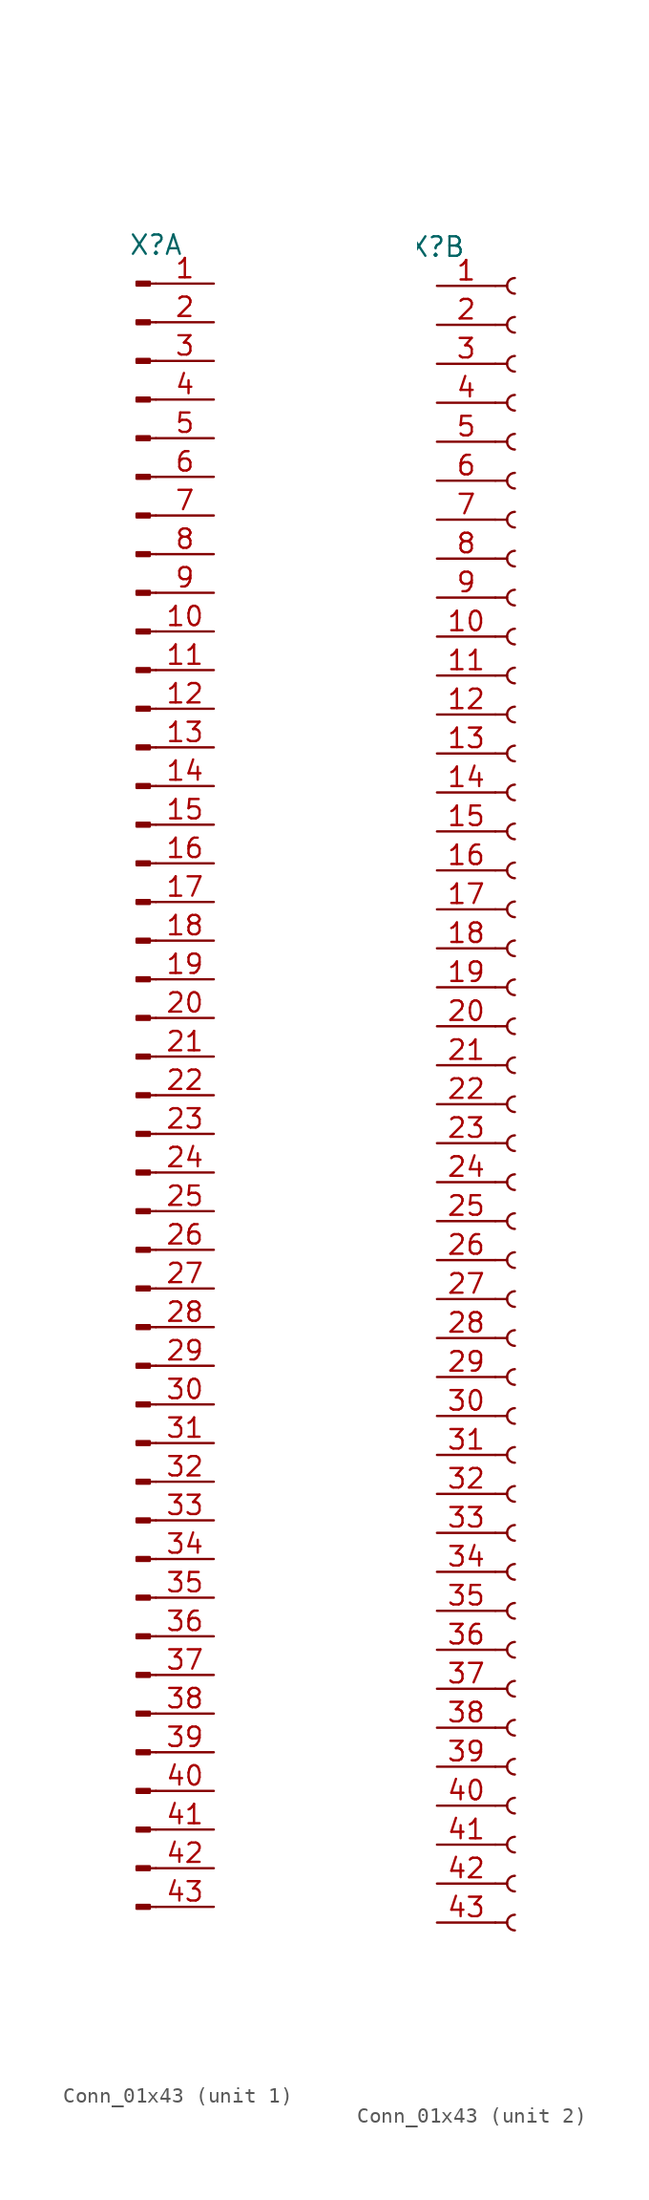
<source format=kicad_sym>
(kicad_symbol_lib
  (version 20241209)
  (generator "kicad_symbol_editor")
  (generator_version "9.0")
  (symbol "Conn_01x43"
    (pin_names
      (offset 1.016)
      (hide yes))
    (property "Reference" "X"
      (at 0 55.88 0)
      (effects (font (size 1.27 1.27))))
    (property "ki_locked" ""
      (at 0 0 0)
      (effects (font (size 1.27 1.27))))
    (symbol "Conn_01x43_1_1"
      (rectangle (start -0.406 53.467) (end -1.27 53.213) (stroke (width 0.152) (type default)) (fill (type outline)))
      (rectangle (start -0.406 50.927) (end -1.27 50.673) (stroke (width 0.152) (type default)) (fill (type outline)))
      (rectangle (start -0.406 48.387) (end -1.27 48.133) (stroke (width 0.152) (type default)) (fill (type outline)))
      (rectangle (start -0.406 45.847) (end -1.27 45.593) (stroke (width 0.152) (type default)) (fill (type outline)))
      (rectangle (start -0.406 43.307) (end -1.27 43.053) (stroke (width 0.152) (type default)) (fill (type outline)))
      (rectangle (start -0.406 40.767) (end -1.27 40.513) (stroke (width 0.152) (type default)) (fill (type outline)))
      (rectangle (start -0.406 38.227) (end -1.27 37.973) (stroke (width 0.152) (type default)) (fill (type outline)))
      (rectangle (start -0.406 35.687) (end -1.27 35.433) (stroke (width 0.152) (type default)) (fill (type outline)))
      (rectangle (start -0.406 33.147) (end -1.27 32.893) (stroke (width 0.152) (type default)) (fill (type outline)))
      (rectangle (start -0.406 30.607) (end -1.27 30.353) (stroke (width 0.152) (type default)) (fill (type outline)))
      (rectangle (start -0.406 28.067) (end -1.27 27.813) (stroke (width 0.152) (type default)) (fill (type outline)))
      (rectangle (start -0.406 25.527) (end -1.27 25.273) (stroke (width 0.152) (type default)) (fill (type outline)))
      (rectangle (start -0.406 22.987) (end -1.27 22.733) (stroke (width 0.152) (type default)) (fill (type outline)))
      (rectangle (start -0.406 20.447) (end -1.27 20.193) (stroke (width 0.152) (type default)) (fill (type outline)))
      (rectangle (start -0.406 17.907) (end -1.27 17.653) (stroke (width 0.152) (type default)) (fill (type outline)))
      (rectangle (start -0.406 15.367) (end -1.27 15.113) (stroke (width 0.152) (type default)) (fill (type outline)))
      (rectangle (start -0.406 12.827) (end -1.27 12.573) (stroke (width 0.152) (type default)) (fill (type outline)))
      (rectangle (start -0.406 10.287) (end -1.27 10.033) (stroke (width 0.152) (type default)) (fill (type outline)))
      (rectangle (start -0.406 7.747) (end -1.27 7.493) (stroke (width 0.152) (type default)) (fill (type outline)))
      (rectangle (start -0.406 5.207) (end -1.27 4.953) (stroke (width 0.152) (type default)) (fill (type outline)))
      (rectangle (start -0.406 2.667) (end -1.27 2.413) (stroke (width 0.152) (type default)) (fill (type outline)))
      (rectangle (start -0.406 0.127) (end -1.27 -0.127) (stroke (width 0.152) (type default)) (fill (type outline)))
      (rectangle (start -0.406 -2.413) (end -1.27 -2.667) (stroke (width 0.152) (type default)) (fill (type outline)))
      (rectangle (start -0.406 -4.953) (end -1.27 -5.207) (stroke (width 0.152) (type default)) (fill (type outline)))
      (rectangle (start -0.406 -7.493) (end -1.27 -7.747) (stroke (width 0.152) (type default)) (fill (type outline)))
      (rectangle (start -0.406 -10.033) (end -1.27 -10.287) (stroke (width 0.152) (type default)) (fill (type outline)))
      (rectangle (start -0.406 -12.573) (end -1.27 -12.827) (stroke (width 0.152) (type default)) (fill (type outline)))
      (rectangle (start -0.406 -15.113) (end -1.27 -15.367) (stroke (width 0.152) (type default)) (fill (type outline)))
      (rectangle (start -0.406 -17.653) (end -1.27 -17.907) (stroke (width 0.152) (type default)) (fill (type outline)))
      (rectangle (start -0.406 -20.193) (end -1.27 -20.447) (stroke (width 0.152) (type default)) (fill (type outline)))
      (rectangle (start -0.406 -22.733) (end -1.27 -22.987) (stroke (width 0.152) (type default)) (fill (type outline)))
      (rectangle (start -0.406 -25.273) (end -1.27 -25.527) (stroke (width 0.152) (type default)) (fill (type outline)))
      (rectangle (start -0.406 -27.813) (end -1.27 -28.067) (stroke (width 0.152) (type default)) (fill (type outline)))
      (rectangle (start -0.406 -30.353) (end -1.27 -30.607) (stroke (width 0.152) (type default)) (fill (type outline)))
      (rectangle (start -0.406 -32.893) (end -1.27 -33.147) (stroke (width 0.152) (type default)) (fill (type outline)))
      (rectangle (start -0.406 -35.433) (end -1.27 -35.687) (stroke (width 0.152) (type default)) (fill (type outline)))
      (rectangle (start -0.406 -37.973) (end -1.27 -38.227) (stroke (width 0.152) (type default)) (fill (type outline)))
      (rectangle (start -0.406 -40.513) (end -1.27 -40.767) (stroke (width 0.152) (type default)) (fill (type outline)))
      (rectangle (start -0.406 -43.053) (end -1.27 -43.307) (stroke (width 0.152) (type default)) (fill (type outline)))
      (rectangle (start -0.406 -45.593) (end -1.27 -45.847) (stroke (width 0.152) (type default)) (fill (type outline)))
      (rectangle (start -0.406 -48.133) (end -1.27 -48.387) (stroke (width 0.152) (type default)) (fill (type outline)))
      (rectangle (start -0.406 -50.673) (end -1.27 -50.927) (stroke (width 0.152) (type default)) (fill (type outline)))
      (rectangle (start -0.406 -53.213) (end -1.27 -53.467) (stroke (width 0.152) (type default)) (fill (type outline)))
      (polyline (pts (xy 0 53.34) (xy -0.406 53.34)) (stroke (width 0.152) (type default)) (fill (type none)))
      (polyline (pts (xy 0 50.8) (xy -0.406 50.8)) (stroke (width 0.152) (type default)) (fill (type none)))
      (polyline (pts (xy 0 48.26) (xy -0.406 48.26)) (stroke (width 0.152) (type default)) (fill (type none)))
      (polyline (pts (xy 0 45.72) (xy -0.406 45.72)) (stroke (width 0.152) (type default)) (fill (type none)))
      (polyline (pts (xy 0 43.18) (xy -0.406 43.18)) (stroke (width 0.152) (type default)) (fill (type none)))
      (polyline (pts (xy 0 40.64) (xy -0.406 40.64)) (stroke (width 0.152) (type default)) (fill (type none)))
      (polyline (pts (xy 0 38.1) (xy -0.406 38.1)) (stroke (width 0.152) (type default)) (fill (type none)))
      (polyline (pts (xy 0 35.56) (xy -0.406 35.56)) (stroke (width 0.152) (type default)) (fill (type none)))
      (polyline (pts (xy 0 33.02) (xy -0.406 33.02)) (stroke (width 0.152) (type default)) (fill (type none)))
      (polyline (pts (xy 0 30.48) (xy -0.406 30.48)) (stroke (width 0.152) (type default)) (fill (type none)))
      (polyline (pts (xy 0 27.94) (xy -0.406 27.94)) (stroke (width 0.152) (type default)) (fill (type none)))
      (polyline (pts (xy 0 25.4) (xy -0.406 25.4)) (stroke (width 0.152) (type default)) (fill (type none)))
      (polyline (pts (xy 0 22.86) (xy -0.406 22.86)) (stroke (width 0.152) (type default)) (fill (type none)))
      (polyline (pts (xy 0 20.32) (xy -0.406 20.32)) (stroke (width 0.152) (type default)) (fill (type none)))
      (polyline (pts (xy 0 17.78) (xy -0.406 17.78)) (stroke (width 0.152) (type default)) (fill (type none)))
      (polyline (pts (xy 0 15.24) (xy -0.406 15.24)) (stroke (width 0.152) (type default)) (fill (type none)))
      (polyline (pts (xy 0 12.7) (xy -0.406 12.7)) (stroke (width 0.152) (type default)) (fill (type none)))
      (polyline (pts (xy 0 10.16) (xy -0.406 10.16)) (stroke (width 0.152) (type default)) (fill (type none)))
      (polyline (pts (xy 0 7.62) (xy -0.406 7.62)) (stroke (width 0.152) (type default)) (fill (type none)))
      (polyline (pts (xy 0 5.08) (xy -0.406 5.08)) (stroke (width 0.152) (type default)) (fill (type none)))
      (polyline (pts (xy 0 2.54) (xy -0.406 2.54)) (stroke (width 0.152) (type default)) (fill (type none)))
      (polyline (pts (xy 0 0) (xy -0.406 0)) (stroke (width 0.152) (type default)) (fill (type none)))
      (polyline (pts (xy 0 -2.54) (xy -0.406 -2.54)) (stroke (width 0.152) (type default)) (fill (type none)))
      (polyline (pts (xy 0 -5.08) (xy -0.406 -5.08)) (stroke (width 0.152) (type default)) (fill (type none)))
      (polyline (pts (xy 0 -7.62) (xy -0.406 -7.62)) (stroke (width 0.152) (type default)) (fill (type none)))
      (polyline (pts (xy 0 -10.16) (xy -0.406 -10.16)) (stroke (width 0.152) (type default)) (fill (type none)))
      (polyline (pts (xy 0 -12.7) (xy -0.406 -12.7)) (stroke (width 0.152) (type default)) (fill (type none)))
      (polyline (pts (xy 0 -15.24) (xy -0.406 -15.24)) (stroke (width 0.152) (type default)) (fill (type none)))
      (polyline (pts (xy 0 -17.78) (xy -0.406 -17.78)) (stroke (width 0.152) (type default)) (fill (type none)))
      (polyline (pts (xy 0 -20.32) (xy -0.406 -20.32)) (stroke (width 0.152) (type default)) (fill (type none)))
      (polyline (pts (xy 0 -22.86) (xy -0.406 -22.86)) (stroke (width 0.152) (type default)) (fill (type none)))
      (polyline (pts (xy 0 -25.4) (xy -0.406 -25.4)) (stroke (width 0.152) (type default)) (fill (type none)))
      (polyline (pts (xy 0 -27.94) (xy -0.406 -27.94)) (stroke (width 0.152) (type default)) (fill (type none)))
      (polyline (pts (xy 0 -30.48) (xy -0.406 -30.48)) (stroke (width 0.152) (type default)) (fill (type none)))
      (polyline (pts (xy 0 -33.02) (xy -0.406 -33.02)) (stroke (width 0.152) (type default)) (fill (type none)))
      (polyline (pts (xy 0 -35.56) (xy -0.406 -35.56)) (stroke (width 0.152) (type default)) (fill (type none)))
      (polyline (pts (xy 0 -38.1) (xy -0.406 -38.1)) (stroke (width 0.152) (type default)) (fill (type none)))
      (polyline (pts (xy 0 -40.64) (xy -0.406 -40.64)) (stroke (width 0.152) (type default)) (fill (type none)))
      (polyline (pts (xy 0 -43.18) (xy -0.406 -43.18)) (stroke (width 0.152) (type default)) (fill (type none)))
      (polyline (pts (xy 0 -45.72) (xy -0.406 -45.72)) (stroke (width 0.152) (type default)) (fill (type none)))
      (polyline (pts (xy 0 -48.26) (xy -0.406 -48.26)) (stroke (width 0.152) (type default)) (fill (type none)))
      (polyline (pts (xy 0 -50.8) (xy -0.406 -50.8)) (stroke (width 0.152) (type default)) (fill (type none)))
      (polyline (pts (xy 0 -53.34) (xy -0.406 -53.34)) (stroke (width 0.152) (type default)) (fill (type none)))
      (pin passive line (at 3.81 53.34 180) (length 3.81) (name "Pin_1" (effects (font (size 1.27 1.27)))) (number "1" (effects (font (size 1.27 1.27)))))
      (pin passive line (at 3.81 50.8 180) (length 3.81) (name "Pin_2" (effects (font (size 1.27 1.27)))) (number "2" (effects (font (size 1.27 1.27)))))
      (pin passive line (at 3.81 48.26 180) (length 3.81) (name "Pin_3" (effects (font (size 1.27 1.27)))) (number "3" (effects (font (size 1.27 1.27)))))
      (pin passive line (at 3.81 45.72 180) (length 3.81) (name "Pin_4" (effects (font (size 1.27 1.27)))) (number "4" (effects (font (size 1.27 1.27)))))
      (pin passive line (at 3.81 43.18 180) (length 3.81) (name "Pin_5" (effects (font (size 1.27 1.27)))) (number "5" (effects (font (size 1.27 1.27)))))
      (pin passive line (at 3.81 40.64 180) (length 3.81) (name "Pin_6" (effects (font (size 1.27 1.27)))) (number "6" (effects (font (size 1.27 1.27)))))
      (pin passive line (at 3.81 38.1 180) (length 3.81) (name "Pin_7" (effects (font (size 1.27 1.27)))) (number "7" (effects (font (size 1.27 1.27)))))
      (pin passive line (at 3.81 35.56 180) (length 3.81) (name "Pin_8" (effects (font (size 1.27 1.27)))) (number "8" (effects (font (size 1.27 1.27)))))
      (pin passive line (at 3.81 33.02 180) (length 3.81) (name "Pin_9" (effects (font (size 1.27 1.27)))) (number "9" (effects (font (size 1.27 1.27)))))
      (pin passive line (at 3.81 30.48 180) (length 3.81) (name "Pin_10" (effects (font (size 1.27 1.27)))) (number "10" (effects (font (size 1.27 1.27)))))
      (pin passive line (at 3.81 27.94 180) (length 3.81) (name "Pin_11" (effects (font (size 1.27 1.27)))) (number "11" (effects (font (size 1.27 1.27)))))
      (pin passive line (at 3.81 25.4 180) (length 3.81) (name "Pin_12" (effects (font (size 1.27 1.27)))) (number "12" (effects (font (size 1.27 1.27)))))
      (pin passive line (at 3.81 22.86 180) (length 3.81) (name "Pin_13" (effects (font (size 1.27 1.27)))) (number "13" (effects (font (size 1.27 1.27)))))
      (pin passive line (at 3.81 20.32 180) (length 3.81) (name "Pin_14" (effects (font (size 1.27 1.27)))) (number "14" (effects (font (size 1.27 1.27)))))
      (pin passive line (at 3.81 17.78 180) (length 3.81) (name "Pin_15" (effects (font (size 1.27 1.27)))) (number "15" (effects (font (size 1.27 1.27)))))
      (pin passive line (at 3.81 15.24 180) (length 3.81) (name "Pin_16" (effects (font (size 1.27 1.27)))) (number "16" (effects (font (size 1.27 1.27)))))
      (pin passive line (at 3.81 12.7 180) (length 3.81) (name "Pin_17" (effects (font (size 1.27 1.27)))) (number "17" (effects (font (size 1.27 1.27)))))
      (pin passive line (at 3.81 10.16 180) (length 3.81) (name "Pin_18" (effects (font (size 1.27 1.27)))) (number "18" (effects (font (size 1.27 1.27)))))
      (pin passive line (at 3.81 7.62 180) (length 3.81) (name "Pin_19" (effects (font (size 1.27 1.27)))) (number "19" (effects (font (size 1.27 1.27)))))
      (pin passive line (at 3.81 5.08 180) (length 3.81) (name "Pin_20" (effects (font (size 1.27 1.27)))) (number "20" (effects (font (size 1.27 1.27)))))
      (pin passive line (at 3.81 2.54 180) (length 3.81) (name "Pin_21" (effects (font (size 1.27 1.27)))) (number "21" (effects (font (size 1.27 1.27)))))
      (pin passive line (at 3.81 0 180) (length 3.81) (name "Pin_22" (effects (font (size 1.27 1.27)))) (number "22" (effects (font (size 1.27 1.27)))))
      (pin passive line (at 3.81 -2.54 180) (length 3.81) (name "Pin_23" (effects (font (size 1.27 1.27)))) (number "23" (effects (font (size 1.27 1.27)))))
      (pin passive line (at 3.81 -5.08 180) (length 3.81) (name "Pin_24" (effects (font (size 1.27 1.27)))) (number "24" (effects (font (size 1.27 1.27)))))
      (pin passive line (at 3.81 -7.62 180) (length 3.81) (name "Pin_25" (effects (font (size 1.27 1.27)))) (number "25" (effects (font (size 1.27 1.27)))))
      (pin passive line (at 3.81 -10.16 180) (length 3.81) (name "Pin_26" (effects (font (size 1.27 1.27)))) (number "26" (effects (font (size 1.27 1.27)))))
      (pin passive line (at 3.81 -12.7 180) (length 3.81) (name "Pin_27" (effects (font (size 1.27 1.27)))) (number "27" (effects (font (size 1.27 1.27)))))
      (pin passive line (at 3.81 -15.24 180) (length 3.81) (name "Pin_28" (effects (font (size 1.27 1.27)))) (number "28" (effects (font (size 1.27 1.27)))))
      (pin passive line (at 3.81 -17.78 180) (length 3.81) (name "Pin_29" (effects (font (size 1.27 1.27)))) (number "29" (effects (font (size 1.27 1.27)))))
      (pin passive line (at 3.81 -20.32 180) (length 3.81) (name "Pin_30" (effects (font (size 1.27 1.27)))) (number "30" (effects (font (size 1.27 1.27)))))
      (pin passive line (at 3.81 -22.86 180) (length 3.81) (name "Pin_31" (effects (font (size 1.27 1.27)))) (number "31" (effects (font (size 1.27 1.27)))))
      (pin passive line (at 3.81 -25.4 180) (length 3.81) (name "Pin_32" (effects (font (size 1.27 1.27)))) (number "32" (effects (font (size 1.27 1.27)))))
      (pin passive line (at 3.81 -27.94 180) (length 3.81) (name "Pin_33" (effects (font (size 1.27 1.27)))) (number "33" (effects (font (size 1.27 1.27)))))
      (pin passive line (at 3.81 -30.48 180) (length 3.81) (name "Pin_34" (effects (font (size 1.27 1.27)))) (number "34" (effects (font (size 1.27 1.27)))))
      (pin passive line (at 3.81 -33.02 180) (length 3.81) (name "Pin_35" (effects (font (size 1.27 1.27)))) (number "35" (effects (font (size 1.27 1.27)))))
      (pin passive line (at 3.81 -35.56 180) (length 3.81) (name "Pin_36" (effects (font (size 1.27 1.27)))) (number "36" (effects (font (size 1.27 1.27)))))
      (pin passive line (at 3.81 -38.1 180) (length 3.81) (name "Pin_37" (effects (font (size 1.27 1.27)))) (number "37" (effects (font (size 1.27 1.27)))))
      (pin passive line (at 3.81 -40.64 180) (length 3.81) (name "Pin_38" (effects (font (size 1.27 1.27)))) (number "38" (effects (font (size 1.27 1.27)))))
      (pin passive line (at 3.81 -43.18 180) (length 3.81) (name "Pin_39" (effects (font (size 1.27 1.27)))) (number "39" (effects (font (size 1.27 1.27)))))
      (pin passive line (at 3.81 -45.72 180) (length 3.81) (name "Pin_40" (effects (font (size 1.27 1.27)))) (number "40" (effects (font (size 1.27 1.27)))))
      (pin passive line (at 3.81 -48.26 180) (length 3.81) (name "Pin_41" (effects (font (size 1.27 1.27)))) (number "41" (effects (font (size 1.27 1.27)))))
      (pin passive line (at 3.81 -50.8 180) (length 3.81) (name "Pin_42" (effects (font (size 1.27 1.27)))) (number "42" (effects (font (size 1.27 1.27)))))
      (pin passive line (at 3.81 -53.34 180) (length 3.81) (name "Pin_43" (effects (font (size 1.27 1.27)))) (number "43" (effects (font (size 1.27 1.27))))))
    (symbol "Conn_01x43_2_1"
      (polyline (pts (xy 3.81 53.34) (xy 4.572 53.34)) (stroke (width 0.152) (type default)) (fill (type none)))
      (polyline (pts (xy 3.81 50.8) (xy 4.572 50.8)) (stroke (width 0.152) (type default)) (fill (type none)))
      (polyline (pts (xy 3.81 48.26) (xy 4.572 48.26)) (stroke (width 0.152) (type default)) (fill (type none)))
      (polyline (pts (xy 3.81 45.72) (xy 4.572 45.72)) (stroke (width 0.152) (type default)) (fill (type none)))
      (polyline (pts (xy 3.81 43.18) (xy 4.572 43.18)) (stroke (width 0.152) (type default)) (fill (type none)))
      (polyline (pts (xy 3.81 40.64) (xy 4.572 40.64)) (stroke (width 0.152) (type default)) (fill (type none)))
      (polyline (pts (xy 3.81 38.1) (xy 4.572 38.1)) (stroke (width 0.152) (type default)) (fill (type none)))
      (polyline (pts (xy 3.81 35.56) (xy 4.572 35.56)) (stroke (width 0.152) (type default)) (fill (type none)))
      (polyline (pts (xy 3.81 33.02) (xy 4.572 33.02)) (stroke (width 0.152) (type default)) (fill (type none)))
      (polyline (pts (xy 3.81 30.48) (xy 4.572 30.48)) (stroke (width 0.152) (type default)) (fill (type none)))
      (polyline (pts (xy 3.81 27.94) (xy 4.572 27.94)) (stroke (width 0.152) (type default)) (fill (type none)))
      (polyline (pts (xy 3.81 25.4) (xy 4.572 25.4)) (stroke (width 0.152) (type default)) (fill (type none)))
      (polyline (pts (xy 3.81 22.86) (xy 4.572 22.86)) (stroke (width 0.152) (type default)) (fill (type none)))
      (polyline (pts (xy 3.81 20.32) (xy 4.572 20.32)) (stroke (width 0.152) (type default)) (fill (type none)))
      (polyline (pts (xy 3.81 17.78) (xy 4.572 17.78)) (stroke (width 0.152) (type default)) (fill (type none)))
      (polyline (pts (xy 3.81 15.24) (xy 4.572 15.24)) (stroke (width 0.152) (type default)) (fill (type none)))
      (polyline (pts (xy 3.81 12.7) (xy 4.572 12.7)) (stroke (width 0.152) (type default)) (fill (type none)))
      (polyline (pts (xy 3.81 10.16) (xy 4.572 10.16)) (stroke (width 0.152) (type default)) (fill (type none)))
      (polyline (pts (xy 3.81 7.62) (xy 4.572 7.62)) (stroke (width 0.152) (type default)) (fill (type none)))
      (polyline (pts (xy 3.81 5.08) (xy 4.572 5.08)) (stroke (width 0.152) (type default)) (fill (type none)))
      (polyline (pts (xy 3.81 2.54) (xy 4.572 2.54)) (stroke (width 0.152) (type default)) (fill (type none)))
      (polyline (pts (xy 3.81 0) (xy 4.572 0)) (stroke (width 0.152) (type default)) (fill (type none)))
      (polyline (pts (xy 3.81 -2.54) (xy 4.572 -2.54)) (stroke (width 0.152) (type default)) (fill (type none)))
      (polyline (pts (xy 3.81 -5.08) (xy 4.572 -5.08)) (stroke (width 0.152) (type default)) (fill (type none)))
      (polyline (pts (xy 3.81 -7.62) (xy 4.572 -7.62)) (stroke (width 0.152) (type default)) (fill (type none)))
      (polyline (pts (xy 3.81 -10.16) (xy 4.572 -10.16)) (stroke (width 0.152) (type default)) (fill (type none)))
      (polyline (pts (xy 3.81 -12.7) (xy 4.572 -12.7)) (stroke (width 0.152) (type default)) (fill (type none)))
      (polyline (pts (xy 3.81 -15.24) (xy 4.572 -15.24)) (stroke (width 0.152) (type default)) (fill (type none)))
      (polyline (pts (xy 3.81 -17.78) (xy 4.572 -17.78)) (stroke (width 0.152) (type default)) (fill (type none)))
      (polyline (pts (xy 3.81 -20.32) (xy 4.572 -20.32)) (stroke (width 0.152) (type default)) (fill (type none)))
      (polyline (pts (xy 3.81 -22.86) (xy 4.572 -22.86)) (stroke (width 0.152) (type default)) (fill (type none)))
      (polyline (pts (xy 3.81 -25.4) (xy 4.572 -25.4)) (stroke (width 0.152) (type default)) (fill (type none)))
      (polyline (pts (xy 3.81 -27.94) (xy 4.572 -27.94)) (stroke (width 0.152) (type default)) (fill (type none)))
      (polyline (pts (xy 3.81 -30.48) (xy 4.572 -30.48)) (stroke (width 0.152) (type default)) (fill (type none)))
      (polyline (pts (xy 3.81 -33.02) (xy 4.572 -33.02)) (stroke (width 0.152) (type default)) (fill (type none)))
      (polyline (pts (xy 3.81 -35.56) (xy 4.572 -35.56)) (stroke (width 0.152) (type default)) (fill (type none)))
      (polyline (pts (xy 3.81 -38.1) (xy 4.572 -38.1)) (stroke (width 0.152) (type default)) (fill (type none)))
      (polyline (pts (xy 3.81 -40.64) (xy 4.572 -40.64)) (stroke (width 0.152) (type default)) (fill (type none)))
      (polyline (pts (xy 3.81 -43.18) (xy 4.572 -43.18)) (stroke (width 0.152) (type default)) (fill (type none)))
      (polyline (pts (xy 3.81 -45.72) (xy 4.572 -45.72)) (stroke (width 0.152) (type default)) (fill (type none)))
      (polyline (pts (xy 3.81 -48.26) (xy 4.572 -48.26)) (stroke (width 0.152) (type default)) (fill (type none)))
      (polyline (pts (xy 3.81 -50.8) (xy 4.572 -50.8)) (stroke (width 0.152) (type default)) (fill (type none)))
      (polyline (pts (xy 3.81 -53.34) (xy 4.572 -53.34)) (stroke (width 0.152) (type default)) (fill (type none)))
      (arc (start 5.08 52.832) (mid 4.5742 53.34) (end 5.08 53.848) (stroke (width 0.1524) (type default)) (fill (type none)))
      (arc (start 5.08 50.292) (mid 4.5742 50.8) (end 5.08 51.308) (stroke (width 0.1524) (type default)) (fill (type none)))
      (arc (start 5.08 47.752) (mid 4.5742 48.26) (end 5.08 48.768) (stroke (width 0.1524) (type default)) (fill (type none)))
      (arc (start 5.08 45.212) (mid 4.5742 45.72) (end 5.08 46.228) (stroke (width 0.1524) (type default)) (fill (type none)))
      (arc (start 5.08 42.672) (mid 4.5742 43.18) (end 5.08 43.688) (stroke (width 0.1524) (type default)) (fill (type none)))
      (arc (start 5.08 40.132) (mid 4.5742 40.64) (end 5.08 41.148) (stroke (width 0.1524) (type default)) (fill (type none)))
      (arc (start 5.08 37.592) (mid 4.5742 38.1) (end 5.08 38.608) (stroke (width 0.1524) (type default)) (fill (type none)))
      (arc (start 5.08 35.052) (mid 4.5742 35.56) (end 5.08 36.068) (stroke (width 0.1524) (type default)) (fill (type none)))
      (arc (start 5.08 32.512) (mid 4.5742 33.02) (end 5.08 33.528) (stroke (width 0.1524) (type default)) (fill (type none)))
      (arc (start 5.08 29.972) (mid 4.5742 30.48) (end 5.08 30.988) (stroke (width 0.1524) (type default)) (fill (type none)))
      (arc (start 5.08 27.432) (mid 4.5742 27.94) (end 5.08 28.448) (stroke (width 0.1524) (type default)) (fill (type none)))
      (arc (start 5.08 24.892) (mid 4.5742 25.4) (end 5.08 25.908) (stroke (width 0.1524) (type default)) (fill (type none)))
      (arc (start 5.08 22.352) (mid 4.5742 22.86) (end 5.08 23.368) (stroke (width 0.1524) (type default)) (fill (type none)))
      (arc (start 5.08 19.812) (mid 4.5742 20.32) (end 5.08 20.828) (stroke (width 0.1524) (type default)) (fill (type none)))
      (arc (start 5.08 17.272) (mid 4.5742 17.78) (end 5.08 18.288) (stroke (width 0.1524) (type default)) (fill (type none)))
      (arc (start 5.08 14.732) (mid 4.5742 15.24) (end 5.08 15.748) (stroke (width 0.1524) (type default)) (fill (type none)))
      (arc (start 5.08 12.192) (mid 4.5742 12.7) (end 5.08 13.208) (stroke (width 0.1524) (type default)) (fill (type none)))
      (arc (start 5.08 9.652) (mid 4.5742 10.16) (end 5.08 10.668) (stroke (width 0.1524) (type default)) (fill (type none)))
      (arc (start 5.08 7.112) (mid 4.5742 7.62) (end 5.08 8.128) (stroke (width 0.1524) (type default)) (fill (type none)))
      (arc (start 5.08 4.572) (mid 4.5742 5.08) (end 5.08 5.588) (stroke (width 0.1524) (type default)) (fill (type none)))
      (arc (start 5.08 2.032) (mid 4.5742 2.54) (end 5.08 3.048) (stroke (width 0.1524) (type default)) (fill (type none)))
      (arc (start 5.08 -0.508) (mid 4.5742 0) (end 5.08 0.508) (stroke (width 0.1524) (type default)) (fill (type none)))
      (arc (start 5.08 -3.048) (mid 4.5742 -2.54) (end 5.08 -2.032) (stroke (width 0.1524) (type default)) (fill (type none)))
      (arc (start 5.08 -5.588) (mid 4.5742 -5.08) (end 5.08 -4.572) (stroke (width 0.1524) (type default)) (fill (type none)))
      (arc (start 5.08 -8.128) (mid 4.5742 -7.62) (end 5.08 -7.112) (stroke (width 0.1524) (type default)) (fill (type none)))
      (arc (start 5.08 -10.668) (mid 4.5742 -10.16) (end 5.08 -9.652) (stroke (width 0.1524) (type default)) (fill (type none)))
      (arc (start 5.08 -13.208) (mid 4.5742 -12.7) (end 5.08 -12.192) (stroke (width 0.1524) (type default)) (fill (type none)))
      (arc (start 5.08 -15.748) (mid 4.5742 -15.24) (end 5.08 -14.732) (stroke (width 0.1524) (type default)) (fill (type none)))
      (arc (start 5.08 -18.288) (mid 4.5742 -17.78) (end 5.08 -17.272) (stroke (width 0.1524) (type default)) (fill (type none)))
      (arc (start 5.08 -20.828) (mid 4.5742 -20.32) (end 5.08 -19.812) (stroke (width 0.1524) (type default)) (fill (type none)))
      (arc (start 5.08 -23.368) (mid 4.5742 -22.86) (end 5.08 -22.352) (stroke (width 0.1524) (type default)) (fill (type none)))
      (arc (start 5.08 -25.908) (mid 4.5742 -25.4) (end 5.08 -24.892) (stroke (width 0.1524) (type default)) (fill (type none)))
      (arc (start 5.08 -28.448) (mid 4.5742 -27.94) (end 5.08 -27.432) (stroke (width 0.1524) (type default)) (fill (type none)))
      (arc (start 5.08 -30.988) (mid 4.5742 -30.48) (end 5.08 -29.972) (stroke (width 0.1524) (type default)) (fill (type none)))
      (arc (start 5.08 -33.528) (mid 4.5742 -33.02) (end 5.08 -32.512) (stroke (width 0.1524) (type default)) (fill (type none)))
      (arc (start 5.08 -36.068) (mid 4.5742 -35.56) (end 5.08 -35.052) (stroke (width 0.1524) (type default)) (fill (type none)))
      (arc (start 5.08 -38.608) (mid 4.5742 -38.1) (end 5.08 -37.592) (stroke (width 0.1524) (type default)) (fill (type none)))
      (arc (start 5.08 -41.148) (mid 4.5742 -40.64) (end 5.08 -40.132) (stroke (width 0.1524) (type default)) (fill (type none)))
      (arc (start 5.08 -43.688) (mid 4.5742 -43.18) (end 5.08 -42.672) (stroke (width 0.1524) (type default)) (fill (type none)))
      (arc (start 5.08 -46.228) (mid 4.5742 -45.72) (end 5.08 -45.212) (stroke (width 0.1524) (type default)) (fill (type none)))
      (arc (start 5.08 -48.768) (mid 4.5742 -48.26) (end 5.08 -47.752) (stroke (width 0.1524) (type default)) (fill (type none)))
      (arc (start 5.08 -51.308) (mid 4.5742 -50.8) (end 5.08 -50.292) (stroke (width 0.1524) (type default)) (fill (type none)))
      (arc (start 5.08 -53.848) (mid 4.5742 -53.34) (end 5.08 -52.832) (stroke (width 0.1524) (type default)) (fill (type none)))
      (pin passive line (at 0 53.34 0) (length 3.81) (name "Pin_1" (effects (font (size 1.27 1.27)))) (number "1" (effects (font (size 1.27 1.27)))))
      (pin passive line (at 0 50.8 0) (length 3.81) (name "Pin_2" (effects (font (size 1.27 1.27)))) (number "2" (effects (font (size 1.27 1.27)))))
      (pin passive line (at 0 48.26 0) (length 3.81) (name "Pin_3" (effects (font (size 1.27 1.27)))) (number "3" (effects (font (size 1.27 1.27)))))
      (pin passive line (at 0 45.72 0) (length 3.81) (name "Pin_4" (effects (font (size 1.27 1.27)))) (number "4" (effects (font (size 1.27 1.27)))))
      (pin passive line (at 0 43.18 0) (length 3.81) (name "Pin_5" (effects (font (size 1.27 1.27)))) (number "5" (effects (font (size 1.27 1.27)))))
      (pin passive line (at 0 40.64 0) (length 3.81) (name "Pin_6" (effects (font (size 1.27 1.27)))) (number "6" (effects (font (size 1.27 1.27)))))
      (pin passive line (at 0 38.1 0) (length 3.81) (name "Pin_7" (effects (font (size 1.27 1.27)))) (number "7" (effects (font (size 1.27 1.27)))))
      (pin passive line (at 0 35.56 0) (length 3.81) (name "Pin_8" (effects (font (size 1.27 1.27)))) (number "8" (effects (font (size 1.27 1.27)))))
      (pin passive line (at 0 33.02 0) (length 3.81) (name "Pin_9" (effects (font (size 1.27 1.27)))) (number "9" (effects (font (size 1.27 1.27)))))
      (pin passive line (at 0 30.48 0) (length 3.81) (name "Pin_10" (effects (font (size 1.27 1.27)))) (number "10" (effects (font (size 1.27 1.27)))))
      (pin passive line (at 0 27.94 0) (length 3.81) (name "Pin_11" (effects (font (size 1.27 1.27)))) (number "11" (effects (font (size 1.27 1.27)))))
      (pin passive line (at 0 25.4 0) (length 3.81) (name "Pin_12" (effects (font (size 1.27 1.27)))) (number "12" (effects (font (size 1.27 1.27)))))
      (pin passive line (at 0 22.86 0) (length 3.81) (name "Pin_13" (effects (font (size 1.27 1.27)))) (number "13" (effects (font (size 1.27 1.27)))))
      (pin passive line (at 0 20.32 0) (length 3.81) (name "Pin_14" (effects (font (size 1.27 1.27)))) (number "14" (effects (font (size 1.27 1.27)))))
      (pin passive line (at 0 17.78 0) (length 3.81) (name "Pin_15" (effects (font (size 1.27 1.27)))) (number "15" (effects (font (size 1.27 1.27)))))
      (pin passive line (at 0 15.24 0) (length 3.81) (name "Pin_16" (effects (font (size 1.27 1.27)))) (number "16" (effects (font (size 1.27 1.27)))))
      (pin passive line (at 0 12.7 0) (length 3.81) (name "Pin_17" (effects (font (size 1.27 1.27)))) (number "17" (effects (font (size 1.27 1.27)))))
      (pin passive line (at 0 10.16 0) (length 3.81) (name "Pin_18" (effects (font (size 1.27 1.27)))) (number "18" (effects (font (size 1.27 1.27)))))
      (pin passive line (at 0 7.62 0) (length 3.81) (name "Pin_19" (effects (font (size 1.27 1.27)))) (number "19" (effects (font (size 1.27 1.27)))))
      (pin passive line (at 0 5.08 0) (length 3.81) (name "Pin_20" (effects (font (size 1.27 1.27)))) (number "20" (effects (font (size 1.27 1.27)))))
      (pin passive line (at 0 2.54 0) (length 3.81) (name "Pin_21" (effects (font (size 1.27 1.27)))) (number "21" (effects (font (size 1.27 1.27)))))
      (pin passive line (at 0 0 0) (length 3.81) (name "Pin_22" (effects (font (size 1.27 1.27)))) (number "22" (effects (font (size 1.27 1.27)))))
      (pin passive line (at 0 -2.54 0) (length 3.81) (name "Pin_23" (effects (font (size 1.27 1.27)))) (number "23" (effects (font (size 1.27 1.27)))))
      (pin passive line (at 0 -5.08 0) (length 3.81) (name "Pin_24" (effects (font (size 1.27 1.27)))) (number "24" (effects (font (size 1.27 1.27)))))
      (pin passive line (at 0 -7.62 0) (length 3.81) (name "Pin_25" (effects (font (size 1.27 1.27)))) (number "25" (effects (font (size 1.27 1.27)))))
      (pin passive line (at 0 -10.16 0) (length 3.81) (name "Pin_26" (effects (font (size 1.27 1.27)))) (number "26" (effects (font (size 1.27 1.27)))))
      (pin passive line (at 0 -12.7 0) (length 3.81) (name "Pin_27" (effects (font (size 1.27 1.27)))) (number "27" (effects (font (size 1.27 1.27)))))
      (pin passive line (at 0 -15.24 0) (length 3.81) (name "Pin_28" (effects (font (size 1.27 1.27)))) (number "28" (effects (font (size 1.27 1.27)))))
      (pin passive line (at 0 -17.78 0) (length 3.81) (name "Pin_29" (effects (font (size 1.27 1.27)))) (number "29" (effects (font (size 1.27 1.27)))))
      (pin passive line (at 0 -20.32 0) (length 3.81) (name "Pin_30" (effects (font (size 1.27 1.27)))) (number "30" (effects (font (size 1.27 1.27)))))
      (pin passive line (at 0 -22.86 0) (length 3.81) (name "Pin_31" (effects (font (size 1.27 1.27)))) (number "31" (effects (font (size 1.27 1.27)))))
      (pin passive line (at 0 -25.4 0) (length 3.81) (name "Pin_32" (effects (font (size 1.27 1.27)))) (number "32" (effects (font (size 1.27 1.27)))))
      (pin passive line (at 0 -27.94 0) (length 3.81) (name "Pin_33" (effects (font (size 1.27 1.27)))) (number "33" (effects (font (size 1.27 1.27)))))
      (pin passive line (at 0 -30.48 0) (length 3.81) (name "Pin_34" (effects (font (size 1.27 1.27)))) (number "34" (effects (font (size 1.27 1.27)))))
      (pin passive line (at 0 -33.02 0) (length 3.81) (name "Pin_35" (effects (font (size 1.27 1.27)))) (number "35" (effects (font (size 1.27 1.27)))))
      (pin passive line (at 0 -35.56 0) (length 3.81) (name "Pin_36" (effects (font (size 1.27 1.27)))) (number "36" (effects (font (size 1.27 1.27)))))
      (pin passive line (at 0 -38.1 0) (length 3.81) (name "Pin_37" (effects (font (size 1.27 1.27)))) (number "37" (effects (font (size 1.27 1.27)))))
      (pin passive line (at 0 -40.64 0) (length 3.81) (name "Pin_38" (effects (font (size 1.27 1.27)))) (number "38" (effects (font (size 1.27 1.27)))))
      (pin passive line (at 0 -43.18 0) (length 3.81) (name "Pin_39" (effects (font (size 1.27 1.27)))) (number "39" (effects (font (size 1.27 1.27)))))
      (pin passive line (at 0 -45.72 0) (length 3.81) (name "Pin_40" (effects (font (size 1.27 1.27)))) (number "40" (effects (font (size 1.27 1.27)))))
      (pin passive line (at 0 -48.26 0) (length 3.81) (name "Pin_41" (effects (font (size 1.27 1.27)))) (number "41" (effects (font (size 1.27 1.27)))))
      (pin passive line (at 0 -50.8 0) (length 3.81) (name "Pin_42" (effects (font (size 1.27 1.27)))) (number "42" (effects (font (size 1.27 1.27)))))
      (pin passive line (at 0 -53.34 0) (length 3.81) (name "Pin_43" (effects (font (size 1.27 1.27)))) (number "43" (effects (font (size 1.27 1.27))))))))
</source>
